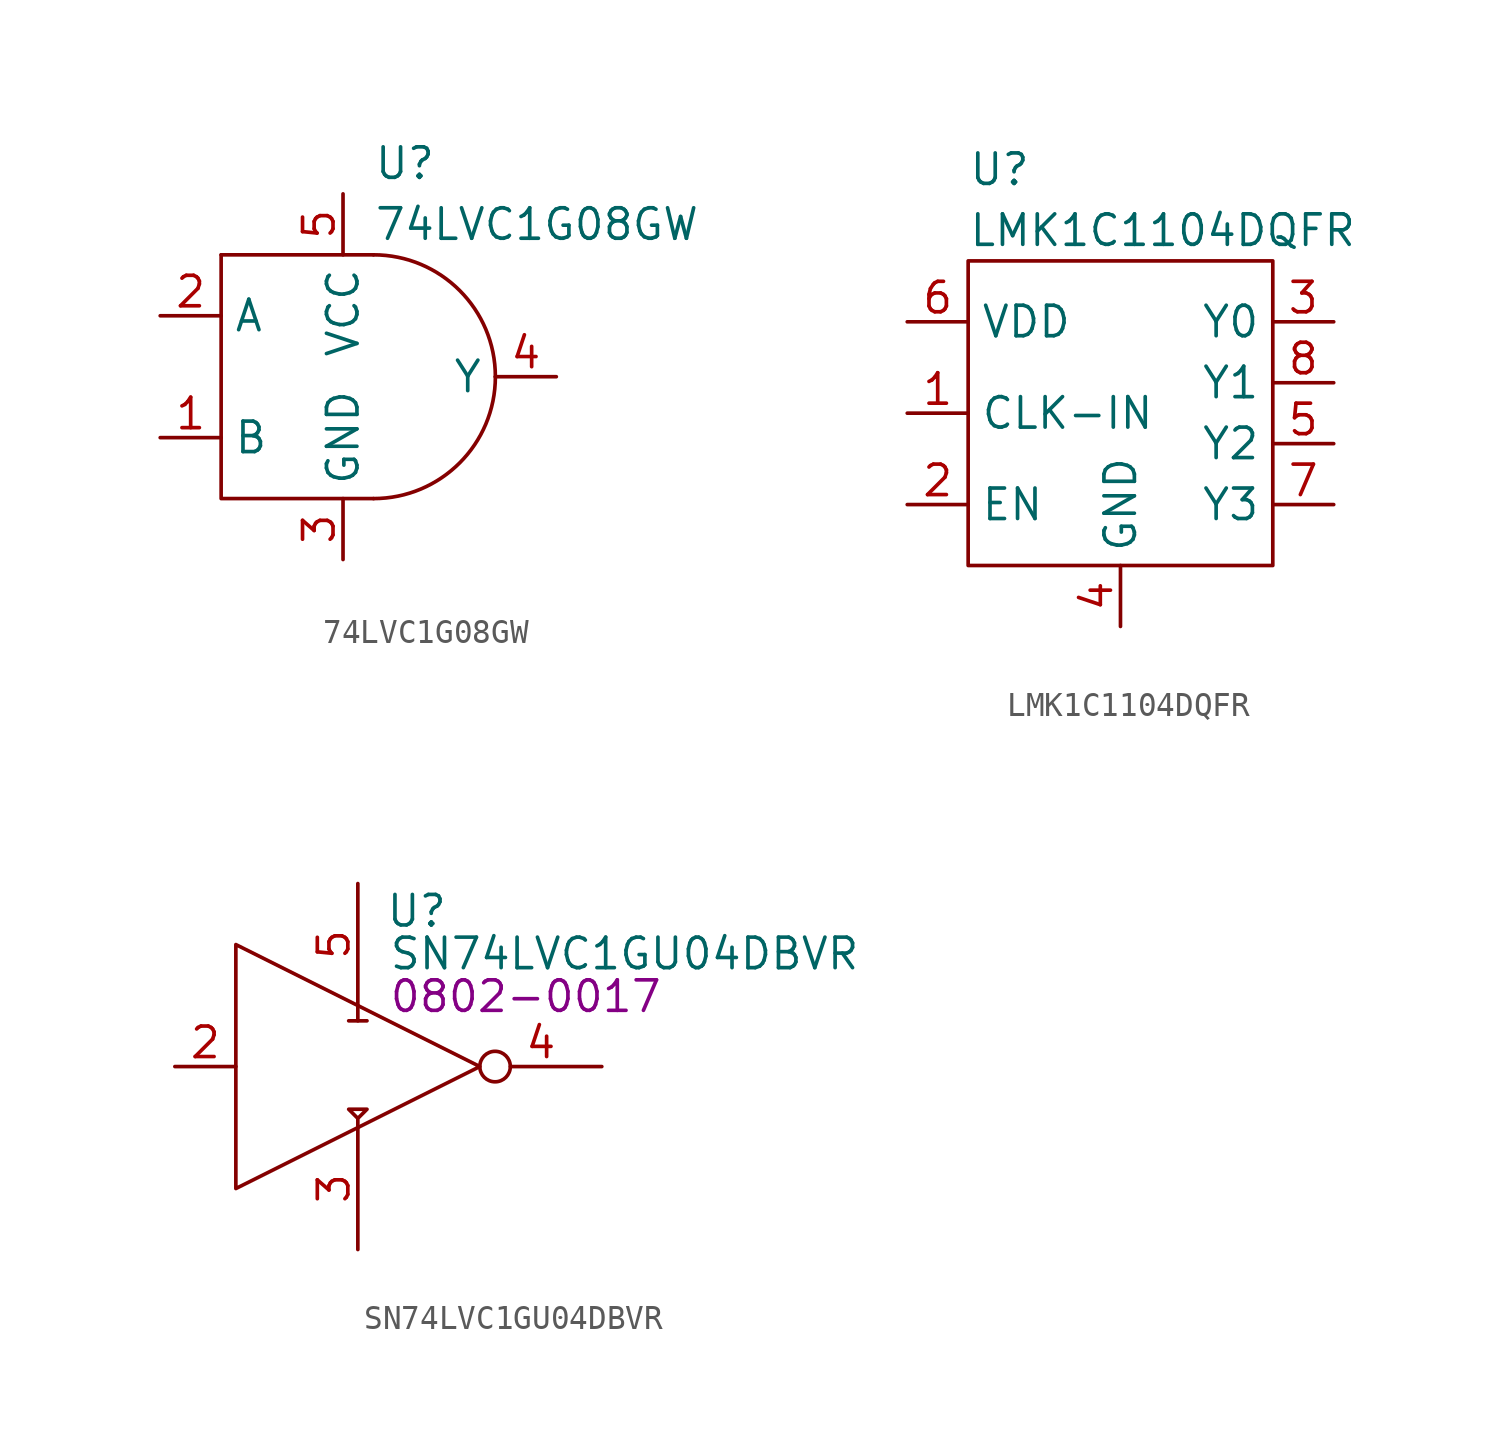
<source format=kicad_sym>
(kicad_symbol_lib
  (version 20220914)
  (generator kicad_symbol_editor)
  (symbol "74LVC1G08GW"
    (property "Reference" "U"
      (at 1.27 8.89 0)
      (effects (font (size 1.27 1.27)) (justify left)))
    (property "Value" "74LVC1G08GW"
      (at 1.27 6.35 0)
      (effects (font (size 1.27 1.27)) (justify left)))
    (symbol "74LVC1G08GW_0_0"
      (pin input line (at -7.62 -2.54 0) (length 2.54) (name "B" (effects (font (size 1.27 1.27)))) (number "1" (effects (font (size 1.27 1.27)))))
      (pin input line (at -7.62 2.54 0) (length 2.54) (name "A" (effects (font (size 1.27 1.27)))) (number "2" (effects (font (size 1.27 1.27)))))
      (pin power_in line (at 0 -7.62 90) (length 2.54) (name "GND" (effects (font (size 1.27 1.27)))) (number "3" (effects (font (size 1.27 1.27)))))
      (pin output line (at 8.89 0 180) (length 2.54) (name "Y" (effects (font (size 1.27 1.27)))) (number "4" (effects (font (size 1.27 1.27)))))
      (pin power_in line (at 0 7.62 270) (length 2.54) (name "VCC" (effects (font (size 1.27 1.27)))) (number "5" (effects (font (size 1.27 1.27))))))
    (symbol "74LVC1G08GW_1_1"
      (polyline (pts (xy -5.08 5.08) (xy 1.27 5.08)) (stroke (width 0) (type default)) (fill (type none)))
      (polyline (pts (xy -5.08 5.08) (xy -5.08 -5.08) (xy 1.27 -5.08)) (stroke (width 0) (type default)) (fill (type none)))
      (arc (start 1.27 -5.08) (mid 4.8621 -3.5921) (end 6.35 0) (stroke (width 0) (type default)) (fill (type none)))
      (arc (start 6.35 0) (mid 4.8621 3.5921) (end 1.27 5.08) (stroke (width 0) (type default)) (fill (type none)))))
  (symbol "LMK1C1104DQFR"
    (property "Reference" "U"
      (at 0 3.81 0)
      (effects (font (size 1.27 1.27)) (justify left)))
    (property "Value" "LMK1C1104DQFR"
      (at 0 1.27 0)
      (effects (font (size 1.27 1.27)) (justify left)))
    (symbol "LMK1C1104DQFR_0_0"
      (pin input line (at -2.54 -6.35 0) (length 2.54) (name "CLK-IN" (effects (font (size 1.27 1.27)))) (number "1" (effects (font (size 1.27 1.27)))))
      (pin input line (at -2.54 -10.16 0) (length 2.54) (name "EN" (effects (font (size 1.27 1.27)))) (number "2" (effects (font (size 1.27 1.27)))))
      (pin output line (at 15.24 -2.54 180) (length 2.54) (name "Y0" (effects (font (size 1.27 1.27)))) (number "3" (effects (font (size 1.27 1.27)))))
      (pin power_in line (at 6.35 -15.24 90) (length 2.54) (name "GND" (effects (font (size 1.27 1.27)))) (number "4" (effects (font (size 1.27 1.27)))))
      (pin output line (at 15.24 -7.62 180) (length 2.54) (name "Y2" (effects (font (size 1.27 1.27)))) (number "5" (effects (font (size 1.27 1.27)))))
      (pin power_in line (at -2.54 -2.54 0) (length 2.54) (name "VDD" (effects (font (size 1.27 1.27)))) (number "6" (effects (font (size 1.27 1.27)))))
      (pin output line (at 15.24 -10.16 180) (length 2.54) (name "Y3" (effects (font (size 1.27 1.27)))) (number "7" (effects (font (size 1.27 1.27)))))
      (pin output line (at 15.24 -5.08 180) (length 2.54) (name "Y1" (effects (font (size 1.27 1.27)))) (number "8" (effects (font (size 1.27 1.27))))))
    (symbol "LMK1C1104DQFR_0_1"
      (rectangle (start 0 0) (end 12.7 -12.7) (stroke (width 0) (type default)) (fill (type none)))))
  (symbol "SN74LVC1GU04DBVR"
    (property "Reference" "U"
      (at 6.223 6.477 0)
      (effects (font (size 1.27 1.27)) (justify left)))
    (property "Value" "SN74LVC1GU04DBVR"
      (at 6.35 4.699 0)
      (effects (font (size 1.27 1.27)) (justify left)))
    (property "PartNumber" "0802-0017"
      (at 6.35 2.921 0)
      (effects (font (size 1.27 1.27)) (justify left)))
    (symbol "SN74LVC1GU04DBVR_0_0"
      (polyline (pts (xy 5.08 2.54) (xy 5.08 1.905)) (stroke (width 0) (type default)) (fill (type none)))
      (polyline (pts (xy 5.461 1.905) (xy 4.699 1.905)) (stroke (width 0) (type default)) (fill (type none)))
      (polyline (pts (xy 0 5.08) (xy 0 -5.08) (xy 10.16 0) (xy 0 5.08)) (stroke (width 0) (type default)) (fill (type none)))
      (polyline (pts (xy 5.08 -2.54) (xy 5.08 -2.159) (xy 4.699 -1.778) (xy 5.461 -1.778) (xy 5.08 -2.159)) (stroke (width 0) (type default)) (fill (type none)))
      (pin input line (at -2.54 0 0) (length 2.54) (name "~" (effects (font (size 1.27 1.27)))) (number "2" (effects (font (size 1.27 1.27)))))
      (pin power_in line (at 5.08 -7.62 90) (length 5.08) (name "~" (effects (font (size 1.27 1.27)))) (number "3" (effects (font (size 1.27 1.27)))))
      (pin output inverted (at 15.24 0 180) (length 5.08) (name "~" (effects (font (size 1.27 1.27)))) (number "4" (effects (font (size 1.27 1.27)))))
      (pin power_in line (at 5.08 7.62 270) (length 5.08) (name "~" (effects (font (size 1.27 1.27)))) (number "5" (effects (font (size 1.27 1.27))))))))
</source>
